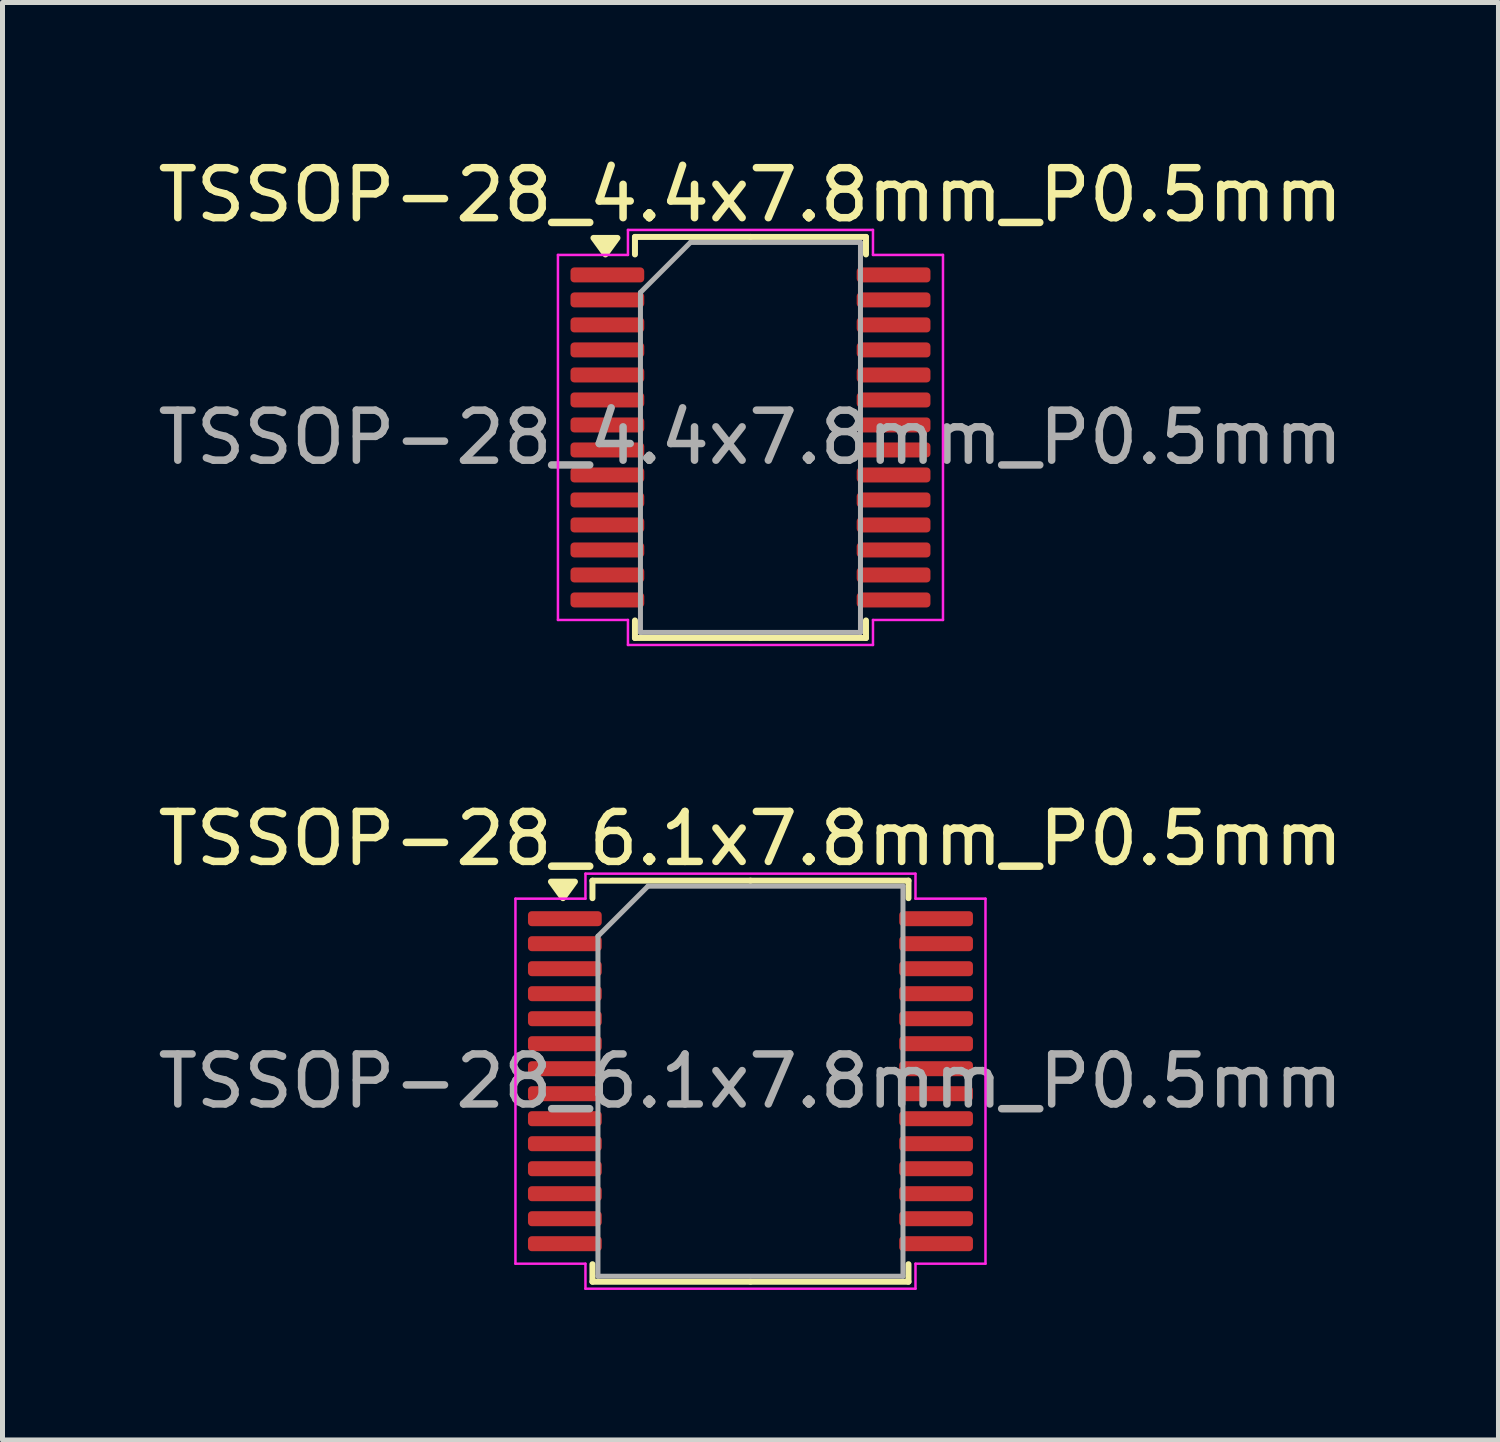
<source format=kicad_pcb>
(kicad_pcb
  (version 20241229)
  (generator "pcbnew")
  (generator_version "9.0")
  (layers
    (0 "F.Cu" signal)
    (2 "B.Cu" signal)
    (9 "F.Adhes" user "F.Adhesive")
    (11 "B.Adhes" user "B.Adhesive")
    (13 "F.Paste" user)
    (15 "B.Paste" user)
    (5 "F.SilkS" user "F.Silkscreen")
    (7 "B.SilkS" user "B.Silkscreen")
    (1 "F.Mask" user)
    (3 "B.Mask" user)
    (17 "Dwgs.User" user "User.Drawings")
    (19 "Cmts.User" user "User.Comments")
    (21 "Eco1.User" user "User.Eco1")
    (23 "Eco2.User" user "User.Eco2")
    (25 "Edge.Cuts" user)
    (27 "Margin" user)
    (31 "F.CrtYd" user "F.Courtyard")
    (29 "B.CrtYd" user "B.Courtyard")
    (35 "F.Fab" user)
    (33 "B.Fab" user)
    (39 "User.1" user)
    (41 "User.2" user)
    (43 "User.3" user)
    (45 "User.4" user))
  (footprint "TSSOP-28_6.1x7.8mm_P0.5mm"
    (layer "F.Cu")
    (at 11.958 18.572)
    (property "Reference" "TSSOP-28_6.1x7.8mm_P0.5mm" (at 0 -4.85 0) (layer "F.SilkS") (effects (font (size 1 1) (thickness 0.15))))
    (attr smd)
    (fp_line (start -3.16 -4.01) (end -3.16 -3.66) (stroke (width 0.12) (type solid)) (layer "F.SilkS"))
    (fp_line (start -3.16 4.01) (end -3.16 3.66) (stroke (width 0.12) (type solid)) (layer "F.SilkS"))
    (fp_line (start 0 -4.01) (end -3.16 -4.01) (stroke (width 0.12) (type solid)) (layer "F.SilkS"))
    (fp_line (start 0 -4.01) (end 3.16 -4.01) (stroke (width 0.12) (type solid)) (layer "F.SilkS"))
    (fp_line (start 0 4.01) (end -3.16 4.01) (stroke (width 0.12) (type solid)) (layer "F.SilkS"))
    (fp_line (start 0 4.01) (end 3.16 4.01) (stroke (width 0.12) (type solid)) (layer "F.SilkS"))
    (fp_line (start 3.16 -4.01) (end 3.16 -3.66) (stroke (width 0.12) (type solid)) (layer "F.SilkS"))
    (fp_line (start 3.16 4.01) (end 3.16 3.66) (stroke (width 0.12) (type solid)) (layer "F.SilkS"))
    (fp_poly (pts (xy -3.75 -3.66) (xy -3.99 -3.99) (xy -3.51 -3.99)) (stroke (width 0.12) (type solid)) (fill yes) (layer "F.SilkS"))
    (fp_line (start -4.7 -3.65) (end -3.3 -3.65) (stroke (width 0.05) (type solid)) (layer "F.CrtYd"))
    (fp_line (start -4.7 3.65) (end -4.7 -3.65) (stroke (width 0.05) (type solid)) (layer "F.CrtYd"))
    (fp_line (start -3.3 -4.15) (end 3.3 -4.15) (stroke (width 0.05) (type solid)) (layer "F.CrtYd"))
    (fp_line (start -3.3 -3.65) (end -3.3 -4.15) (stroke (width 0.05) (type solid)) (layer "F.CrtYd"))
    (fp_line (start -3.3 3.65) (end -4.7 3.65) (stroke (width 0.05) (type solid)) (layer "F.CrtYd"))
    (fp_line (start -3.3 4.15) (end -3.3 3.65) (stroke (width 0.05) (type solid)) (layer "F.CrtYd"))
    (fp_line (start 3.3 -4.15) (end 3.3 -3.65) (stroke (width 0.05) (type solid)) (layer "F.CrtYd"))
    (fp_line (start 3.3 -3.65) (end 4.7 -3.65) (stroke (width 0.05) (type solid)) (layer "F.CrtYd"))
    (fp_line (start 3.3 3.65) (end 3.3 4.15) (stroke (width 0.05) (type solid)) (layer "F.CrtYd"))
    (fp_line (start 3.3 4.15) (end -3.3 4.15) (stroke (width 0.05) (type solid)) (layer "F.CrtYd"))
    (fp_line (start 4.7 -3.65) (end 4.7 3.65) (stroke (width 0.05) (type solid)) (layer "F.CrtYd"))
    (fp_line (start 4.7 3.65) (end 3.3 3.65) (stroke (width 0.05) (type solid)) (layer "F.CrtYd"))
    (fp_line (start -3.05 -2.9) (end -2.05 -3.9) (stroke (width 0.1) (type solid)) (layer "F.Fab"))
    (fp_line (start -3.05 3.9) (end -3.05 -2.9) (stroke (width 0.1) (type solid)) (layer "F.Fab"))
    (fp_line (start -2.05 -3.9) (end 3.05 -3.9) (stroke (width 0.1) (type solid)) (layer "F.Fab"))
    (fp_line (start 3.05 -3.9) (end 3.05 3.9) (stroke (width 0.1) (type solid)) (layer "F.Fab"))
    (fp_line (start 3.05 3.9) (end -3.05 3.9) (stroke (width 0.1) (type solid)) (layer "F.Fab"))
    (fp_text user "${REFERENCE}" (at 0 0 0) (layer "F.Fab") (effects (font (size 1 1) (thickness 0.15))))
    (pad "1" smd roundrect (at -3.712 -3.25) (size 1.475 0.3) (layers "F.Cu" "F.Mask" "F.Paste") (roundrect_rratio 0.25))
    (pad "2" smd roundrect (at -3.712 -2.75) (size 1.475 0.3) (layers "F.Cu" "F.Mask" "F.Paste") (roundrect_rratio 0.25))
    (pad "3" smd roundrect (at -3.712 -2.25) (size 1.475 0.3) (layers "F.Cu" "F.Mask" "F.Paste") (roundrect_rratio 0.25))
    (pad "4" smd roundrect (at -3.712 -1.75) (size 1.475 0.3) (layers "F.Cu" "F.Mask" "F.Paste") (roundrect_rratio 0.25))
    (pad "5" smd roundrect (at -3.712 -1.25) (size 1.475 0.3) (layers "F.Cu" "F.Mask" "F.Paste") (roundrect_rratio 0.25))
    (pad "6" smd roundrect (at -3.712 -0.75) (size 1.475 0.3) (layers "F.Cu" "F.Mask" "F.Paste") (roundrect_rratio 0.25))
    (pad "7" smd roundrect (at -3.712 -0.25) (size 1.475 0.3) (layers "F.Cu" "F.Mask" "F.Paste") (roundrect_rratio 0.25))
    (pad "8" smd roundrect (at -3.712 0.25) (size 1.475 0.3) (layers "F.Cu" "F.Mask" "F.Paste") (roundrect_rratio 0.25))
    (pad "9" smd roundrect (at -3.712 0.75) (size 1.475 0.3) (layers "F.Cu" "F.Mask" "F.Paste") (roundrect_rratio 0.25))
    (pad "10" smd roundrect (at -3.712 1.25) (size 1.475 0.3) (layers "F.Cu" "F.Mask" "F.Paste") (roundrect_rratio 0.25))
    (pad "11" smd roundrect (at -3.712 1.75) (size 1.475 0.3) (layers "F.Cu" "F.Mask" "F.Paste") (roundrect_rratio 0.25))
    (pad "12" smd roundrect (at -3.712 2.25) (size 1.475 0.3) (layers "F.Cu" "F.Mask" "F.Paste") (roundrect_rratio 0.25))
    (pad "13" smd roundrect (at -3.712 2.75) (size 1.475 0.3) (layers "F.Cu" "F.Mask" "F.Paste") (roundrect_rratio 0.25))
    (pad "14" smd roundrect (at -3.712 3.25) (size 1.475 0.3) (layers "F.Cu" "F.Mask" "F.Paste") (roundrect_rratio 0.25))
    (pad "15" smd roundrect (at 3.712 3.25) (size 1.475 0.3) (layers "F.Cu" "F.Mask" "F.Paste") (roundrect_rratio 0.25))
    (pad "16" smd roundrect (at 3.712 2.75) (size 1.475 0.3) (layers "F.Cu" "F.Mask" "F.Paste") (roundrect_rratio 0.25))
    (pad "17" smd roundrect (at 3.712 2.25) (size 1.475 0.3) (layers "F.Cu" "F.Mask" "F.Paste") (roundrect_rratio 0.25))
    (pad "18" smd roundrect (at 3.712 1.75) (size 1.475 0.3) (layers "F.Cu" "F.Mask" "F.Paste") (roundrect_rratio 0.25))
    (pad "19" smd roundrect (at 3.712 1.25) (size 1.475 0.3) (layers "F.Cu" "F.Mask" "F.Paste") (roundrect_rratio 0.25))
    (pad "20" smd roundrect (at 3.712 0.75) (size 1.475 0.3) (layers "F.Cu" "F.Mask" "F.Paste") (roundrect_rratio 0.25))
    (pad "21" smd roundrect (at 3.712 0.25) (size 1.475 0.3) (layers "F.Cu" "F.Mask" "F.Paste") (roundrect_rratio 0.25))
    (pad "22" smd roundrect (at 3.712 -0.25) (size 1.475 0.3) (layers "F.Cu" "F.Mask" "F.Paste") (roundrect_rratio 0.25))
    (pad "23" smd roundrect (at 3.712 -0.75) (size 1.475 0.3) (layers "F.Cu" "F.Mask" "F.Paste") (roundrect_rratio 0.25))
    (pad "24" smd roundrect (at 3.712 -1.25) (size 1.475 0.3) (layers "F.Cu" "F.Mask" "F.Paste") (roundrect_rratio 0.25))
    (pad "25" smd roundrect (at 3.712 -1.75) (size 1.475 0.3) (layers "F.Cu" "F.Mask" "F.Paste") (roundrect_rratio 0.25))
    (pad "26" smd roundrect (at 3.712 -2.25) (size 1.475 0.3) (layers "F.Cu" "F.Mask" "F.Paste") (roundrect_rratio 0.25))
    (pad "27" smd roundrect (at 3.712 -2.75) (size 1.475 0.3) (layers "F.Cu" "F.Mask" "F.Paste") (roundrect_rratio 0.25))
    (pad "28" smd roundrect (at 3.712 -3.25) (size 1.475 0.3) (layers "F.Cu" "F.Mask" "F.Paste") (roundrect_rratio 0.25)))
  (footprint "TSSOP-28_4.4x7.8mm_P0.5mm"
    (layer "F.Cu")
    (at 11.958 5.698)
    (property "Reference" "TSSOP-28_4.4x7.8mm_P0.5mm" (at 0 -4.85 0) (layer "F.SilkS") (effects (font (size 1 1) (thickness 0.15))))
    (attr smd)
    (fp_line (start -2.31 -4.01) (end -2.31 -3.66) (stroke (width 0.12) (type solid)) (layer "F.SilkS"))
    (fp_line (start -2.31 4.01) (end -2.31 3.66) (stroke (width 0.12) (type solid)) (layer "F.SilkS"))
    (fp_line (start 0 -4.01) (end -2.31 -4.01) (stroke (width 0.12) (type solid)) (layer "F.SilkS"))
    (fp_line (start 0 -4.01) (end 2.31 -4.01) (stroke (width 0.12) (type solid)) (layer "F.SilkS"))
    (fp_line (start 0 4.01) (end -2.31 4.01) (stroke (width 0.12) (type solid)) (layer "F.SilkS"))
    (fp_line (start 0 4.01) (end 2.31 4.01) (stroke (width 0.12) (type solid)) (layer "F.SilkS"))
    (fp_line (start 2.31 -4.01) (end 2.31 -3.66) (stroke (width 0.12) (type solid)) (layer "F.SilkS"))
    (fp_line (start 2.31 4.01) (end 2.31 3.66) (stroke (width 0.12) (type solid)) (layer "F.SilkS"))
    (fp_poly (pts (xy -2.9 -3.66) (xy -3.14 -3.99) (xy -2.66 -3.99)) (stroke (width 0.12) (type solid)) (fill yes) (layer "F.SilkS"))
    (fp_line (start -3.85 -3.65) (end -2.45 -3.65) (stroke (width 0.05) (type solid)) (layer "F.CrtYd"))
    (fp_line (start -3.85 3.65) (end -3.85 -3.65) (stroke (width 0.05) (type solid)) (layer "F.CrtYd"))
    (fp_line (start -2.45 -4.15) (end 2.45 -4.15) (stroke (width 0.05) (type solid)) (layer "F.CrtYd"))
    (fp_line (start -2.45 -3.65) (end -2.45 -4.15) (stroke (width 0.05) (type solid)) (layer "F.CrtYd"))
    (fp_line (start -2.45 3.65) (end -3.85 3.65) (stroke (width 0.05) (type solid)) (layer "F.CrtYd"))
    (fp_line (start -2.45 4.15) (end -2.45 3.65) (stroke (width 0.05) (type solid)) (layer "F.CrtYd"))
    (fp_line (start 2.45 -4.15) (end 2.45 -3.65) (stroke (width 0.05) (type solid)) (layer "F.CrtYd"))
    (fp_line (start 2.45 -3.65) (end 3.85 -3.65) (stroke (width 0.05) (type solid)) (layer "F.CrtYd"))
    (fp_line (start 2.45 3.65) (end 2.45 4.15) (stroke (width 0.05) (type solid)) (layer "F.CrtYd"))
    (fp_line (start 2.45 4.15) (end -2.45 4.15) (stroke (width 0.05) (type solid)) (layer "F.CrtYd"))
    (fp_line (start 3.85 -3.65) (end 3.85 3.65) (stroke (width 0.05) (type solid)) (layer "F.CrtYd"))
    (fp_line (start 3.85 3.65) (end 2.45 3.65) (stroke (width 0.05) (type solid)) (layer "F.CrtYd"))
    (fp_line (start -2.2 -2.9) (end -1.2 -3.9) (stroke (width 0.1) (type solid)) (layer "F.Fab"))
    (fp_line (start -2.2 3.9) (end -2.2 -2.9) (stroke (width 0.1) (type solid)) (layer "F.Fab"))
    (fp_line (start -1.2 -3.9) (end 2.2 -3.9) (stroke (width 0.1) (type solid)) (layer "F.Fab"))
    (fp_line (start 2.2 -3.9) (end 2.2 3.9) (stroke (width 0.1) (type solid)) (layer "F.Fab"))
    (fp_line (start 2.2 3.9) (end -2.2 3.9) (stroke (width 0.1) (type solid)) (layer "F.Fab"))
    (fp_text user "${REFERENCE}" (at 0 0 0) (layer "F.Fab") (effects (font (size 1 1) (thickness 0.15))))
    (pad "1" smd roundrect (at -2.862 -3.25) (size 1.475 0.3) (layers "F.Cu" "F.Mask" "F.Paste") (roundrect_rratio 0.25))
    (pad "2" smd roundrect (at -2.862 -2.75) (size 1.475 0.3) (layers "F.Cu" "F.Mask" "F.Paste") (roundrect_rratio 0.25))
    (pad "3" smd roundrect (at -2.862 -2.25) (size 1.475 0.3) (layers "F.Cu" "F.Mask" "F.Paste") (roundrect_rratio 0.25))
    (pad "4" smd roundrect (at -2.862 -1.75) (size 1.475 0.3) (layers "F.Cu" "F.Mask" "F.Paste") (roundrect_rratio 0.25))
    (pad "5" smd roundrect (at -2.862 -1.25) (size 1.475 0.3) (layers "F.Cu" "F.Mask" "F.Paste") (roundrect_rratio 0.25))
    (pad "6" smd roundrect (at -2.862 -0.75) (size 1.475 0.3) (layers "F.Cu" "F.Mask" "F.Paste") (roundrect_rratio 0.25))
    (pad "7" smd roundrect (at -2.862 -0.25) (size 1.475 0.3) (layers "F.Cu" "F.Mask" "F.Paste") (roundrect_rratio 0.25))
    (pad "8" smd roundrect (at -2.862 0.25) (size 1.475 0.3) (layers "F.Cu" "F.Mask" "F.Paste") (roundrect_rratio 0.25))
    (pad "9" smd roundrect (at -2.862 0.75) (size 1.475 0.3) (layers "F.Cu" "F.Mask" "F.Paste") (roundrect_rratio 0.25))
    (pad "10" smd roundrect (at -2.862 1.25) (size 1.475 0.3) (layers "F.Cu" "F.Mask" "F.Paste") (roundrect_rratio 0.25))
    (pad "11" smd roundrect (at -2.862 1.75) (size 1.475 0.3) (layers "F.Cu" "F.Mask" "F.Paste") (roundrect_rratio 0.25))
    (pad "12" smd roundrect (at -2.862 2.25) (size 1.475 0.3) (layers "F.Cu" "F.Mask" "F.Paste") (roundrect_rratio 0.25))
    (pad "13" smd roundrect (at -2.862 2.75) (size 1.475 0.3) (layers "F.Cu" "F.Mask" "F.Paste") (roundrect_rratio 0.25))
    (pad "14" smd roundrect (at -2.862 3.25) (size 1.475 0.3) (layers "F.Cu" "F.Mask" "F.Paste") (roundrect_rratio 0.25))
    (pad "15" smd roundrect (at 2.862 3.25) (size 1.475 0.3) (layers "F.Cu" "F.Mask" "F.Paste") (roundrect_rratio 0.25))
    (pad "16" smd roundrect (at 2.862 2.75) (size 1.475 0.3) (layers "F.Cu" "F.Mask" "F.Paste") (roundrect_rratio 0.25))
    (pad "17" smd roundrect (at 2.862 2.25) (size 1.475 0.3) (layers "F.Cu" "F.Mask" "F.Paste") (roundrect_rratio 0.25))
    (pad "18" smd roundrect (at 2.862 1.75) (size 1.475 0.3) (layers "F.Cu" "F.Mask" "F.Paste") (roundrect_rratio 0.25))
    (pad "19" smd roundrect (at 2.862 1.25) (size 1.475 0.3) (layers "F.Cu" "F.Mask" "F.Paste") (roundrect_rratio 0.25))
    (pad "20" smd roundrect (at 2.862 0.75) (size 1.475 0.3) (layers "F.Cu" "F.Mask" "F.Paste") (roundrect_rratio 0.25))
    (pad "21" smd roundrect (at 2.862 0.25) (size 1.475 0.3) (layers "F.Cu" "F.Mask" "F.Paste") (roundrect_rratio 0.25))
    (pad "22" smd roundrect (at 2.862 -0.25) (size 1.475 0.3) (layers "F.Cu" "F.Mask" "F.Paste") (roundrect_rratio 0.25))
    (pad "23" smd roundrect (at 2.862 -0.75) (size 1.475 0.3) (layers "F.Cu" "F.Mask" "F.Paste") (roundrect_rratio 0.25))
    (pad "24" smd roundrect (at 2.862 -1.25) (size 1.475 0.3) (layers "F.Cu" "F.Mask" "F.Paste") (roundrect_rratio 0.25))
    (pad "25" smd roundrect (at 2.862 -1.75) (size 1.475 0.3) (layers "F.Cu" "F.Mask" "F.Paste") (roundrect_rratio 0.25))
    (pad "26" smd roundrect (at 2.862 -2.25) (size 1.475 0.3) (layers "F.Cu" "F.Mask" "F.Paste") (roundrect_rratio 0.25))
    (pad "27" smd roundrect (at 2.862 -2.75) (size 1.475 0.3) (layers "F.Cu" "F.Mask" "F.Paste") (roundrect_rratio 0.25))
    (pad "28" smd roundrect (at 2.862 -3.25) (size 1.475 0.3) (layers "F.Cu" "F.Mask" "F.Paste") (roundrect_rratio 0.25)))
  (gr_rect
    (start -3 -3)
    (end 26.917 25.747)
    (stroke (width 0.1) (type default))
    (fill no)
    (layer "Edge.Cuts")))
</source>
